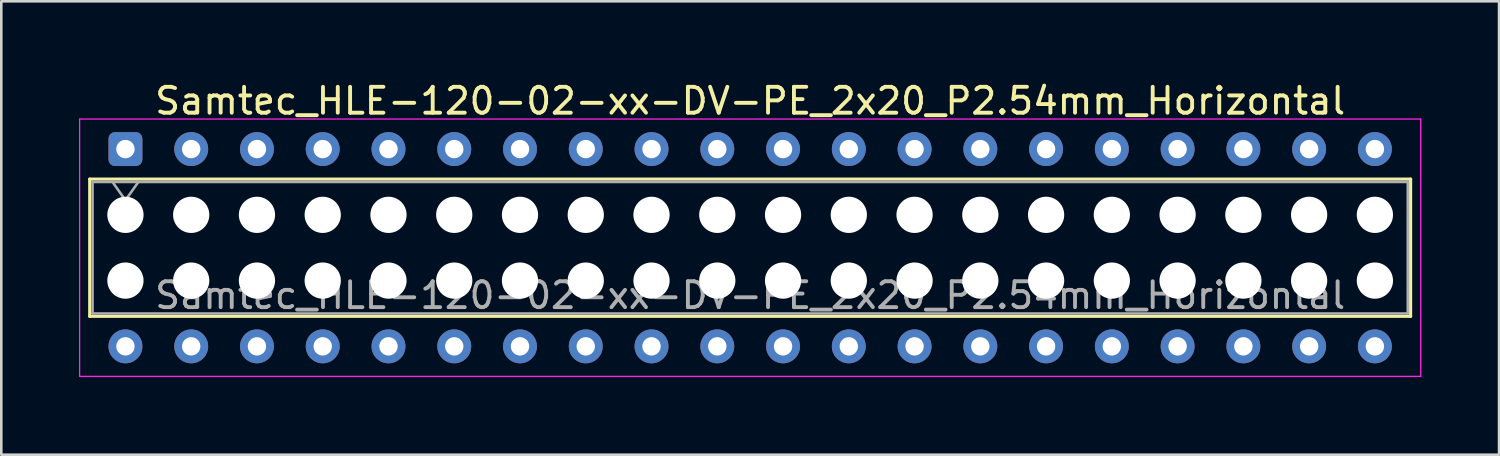
<source format=kicad_pcb>
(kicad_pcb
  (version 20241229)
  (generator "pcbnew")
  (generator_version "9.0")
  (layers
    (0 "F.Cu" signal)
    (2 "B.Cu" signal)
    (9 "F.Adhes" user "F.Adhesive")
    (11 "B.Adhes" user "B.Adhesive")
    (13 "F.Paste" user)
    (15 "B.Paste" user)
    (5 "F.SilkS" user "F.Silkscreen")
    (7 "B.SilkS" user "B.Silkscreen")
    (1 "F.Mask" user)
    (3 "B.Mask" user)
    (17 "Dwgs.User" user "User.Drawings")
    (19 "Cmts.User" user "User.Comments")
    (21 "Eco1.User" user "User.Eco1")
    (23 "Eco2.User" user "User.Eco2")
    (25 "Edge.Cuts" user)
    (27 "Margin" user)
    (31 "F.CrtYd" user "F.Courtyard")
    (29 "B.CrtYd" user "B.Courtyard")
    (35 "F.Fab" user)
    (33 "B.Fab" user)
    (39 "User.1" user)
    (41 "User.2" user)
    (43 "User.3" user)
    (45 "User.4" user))
  (footprint "Samtec_HLE-120-02-xx-DV-PE_2x20_P2.54mm_Horizontal"
    (layer "F.Cu")
    (at 1.795 2.708)
    (property "Reference" "Samtec_HLE-120-02-xx-DV-PE_2x20_P2.54mm_Horizontal" (at 24.13 -1.86 0) (layer "F.SilkS") (effects (font (size 1 1) (thickness 0.15))))
    (attr through_hole)
    (fp_line (start -1.38 1.16) (end 49.64 1.16) (stroke (width 0.12) (type solid)) (layer "F.SilkS"))
    (fp_line (start -1.38 6.46) (end -1.38 1.16) (stroke (width 0.12) (type solid)) (layer "F.SilkS"))
    (fp_line (start 49.64 1.16) (end 49.64 6.46) (stroke (width 0.12) (type solid)) (layer "F.SilkS"))
    (fp_line (start 49.64 6.46) (end -1.38 6.46) (stroke (width 0.12) (type solid)) (layer "F.SilkS"))
    (fp_line (start -1.77 -1.16) (end 50.03 -1.16) (stroke (width 0.05) (type solid)) (layer "F.CrtYd"))
    (fp_line (start -1.77 8.78) (end -1.77 -1.16) (stroke (width 0.05) (type solid)) (layer "F.CrtYd"))
    (fp_line (start 50.03 -1.16) (end 50.03 8.78) (stroke (width 0.05) (type solid)) (layer "F.CrtYd"))
    (fp_line (start 50.03 8.78) (end -1.77 8.78) (stroke (width 0.05) (type solid)) (layer "F.CrtYd"))
    (fp_line (start -1.27 1.27) (end 49.53 1.27) (stroke (width 0.1) (type solid)) (layer "F.Fab"))
    (fp_line (start -1.27 6.35) (end -1.27 1.27) (stroke (width 0.1) (type solid)) (layer "F.Fab"))
    (fp_line (start -0.5 1.27) (end 0 1.977) (stroke (width 0.1) (type solid)) (layer "F.Fab"))
    (fp_line (start 0 1.977) (end 0.5 1.27) (stroke (width 0.1) (type solid)) (layer "F.Fab"))
    (fp_line (start 49.53 1.27) (end 49.53 6.35) (stroke (width 0.1) (type solid)) (layer "F.Fab"))
    (fp_line (start 49.53 6.35) (end -1.27 6.35) (stroke (width 0.1) (type solid)) (layer "F.Fab"))
    (fp_text user "${REFERENCE}" (at 24.13 5.65 0) (layer "F.Fab") (effects (font (size 1 1) (thickness 0.15))))
    (pad "" np_thru_hole circle (at 0 2.54) (size 1.4 1.4) (drill 1.4) (layers "*.Cu" "*.Mask"))
    (pad "" np_thru_hole circle (at 0 5.08) (size 1.4 1.4) (drill 1.4) (layers "*.Cu" "*.Mask"))
    (pad "" np_thru_hole circle (at 2.54 2.54) (size 1.4 1.4) (drill 1.4) (layers "*.Cu" "*.Mask"))
    (pad "" np_thru_hole circle (at 2.54 5.08) (size 1.4 1.4) (drill 1.4) (layers "*.Cu" "*.Mask"))
    (pad "" np_thru_hole circle (at 5.08 2.54) (size 1.4 1.4) (drill 1.4) (layers "*.Cu" "*.Mask"))
    (pad "" np_thru_hole circle (at 5.08 5.08) (size 1.4 1.4) (drill 1.4) (layers "*.Cu" "*.Mask"))
    (pad "" np_thru_hole circle (at 7.62 2.54) (size 1.4 1.4) (drill 1.4) (layers "*.Cu" "*.Mask"))
    (pad "" np_thru_hole circle (at 7.62 5.08) (size 1.4 1.4) (drill 1.4) (layers "*.Cu" "*.Mask"))
    (pad "" np_thru_hole circle (at 10.16 2.54) (size 1.4 1.4) (drill 1.4) (layers "*.Cu" "*.Mask"))
    (pad "" np_thru_hole circle (at 10.16 5.08) (size 1.4 1.4) (drill 1.4) (layers "*.Cu" "*.Mask"))
    (pad "" np_thru_hole circle (at 12.7 2.54) (size 1.4 1.4) (drill 1.4) (layers "*.Cu" "*.Mask"))
    (pad "" np_thru_hole circle (at 12.7 5.08) (size 1.4 1.4) (drill 1.4) (layers "*.Cu" "*.Mask"))
    (pad "" np_thru_hole circle (at 15.24 2.54) (size 1.4 1.4) (drill 1.4) (layers "*.Cu" "*.Mask"))
    (pad "" np_thru_hole circle (at 15.24 5.08) (size 1.4 1.4) (drill 1.4) (layers "*.Cu" "*.Mask"))
    (pad "" np_thru_hole circle (at 17.78 2.54) (size 1.4 1.4) (drill 1.4) (layers "*.Cu" "*.Mask"))
    (pad "" np_thru_hole circle (at 17.78 5.08) (size 1.4 1.4) (drill 1.4) (layers "*.Cu" "*.Mask"))
    (pad "" np_thru_hole circle (at 20.32 2.54) (size 1.4 1.4) (drill 1.4) (layers "*.Cu" "*.Mask"))
    (pad "" np_thru_hole circle (at 20.32 5.08) (size 1.4 1.4) (drill 1.4) (layers "*.Cu" "*.Mask"))
    (pad "" np_thru_hole circle (at 22.86 2.54) (size 1.4 1.4) (drill 1.4) (layers "*.Cu" "*.Mask"))
    (pad "" np_thru_hole circle (at 22.86 5.08) (size 1.4 1.4) (drill 1.4) (layers "*.Cu" "*.Mask"))
    (pad "" np_thru_hole circle (at 25.4 2.54) (size 1.4 1.4) (drill 1.4) (layers "*.Cu" "*.Mask"))
    (pad "" np_thru_hole circle (at 25.4 5.08) (size 1.4 1.4) (drill 1.4) (layers "*.Cu" "*.Mask"))
    (pad "" np_thru_hole circle (at 27.94 2.54) (size 1.4 1.4) (drill 1.4) (layers "*.Cu" "*.Mask"))
    (pad "" np_thru_hole circle (at 27.94 5.08) (size 1.4 1.4) (drill 1.4) (layers "*.Cu" "*.Mask"))
    (pad "" np_thru_hole circle (at 30.48 2.54) (size 1.4 1.4) (drill 1.4) (layers "*.Cu" "*.Mask"))
    (pad "" np_thru_hole circle (at 30.48 5.08) (size 1.4 1.4) (drill 1.4) (layers "*.Cu" "*.Mask"))
    (pad "" np_thru_hole circle (at 33.02 2.54) (size 1.4 1.4) (drill 1.4) (layers "*.Cu" "*.Mask"))
    (pad "" np_thru_hole circle (at 33.02 5.08) (size 1.4 1.4) (drill 1.4) (layers "*.Cu" "*.Mask"))
    (pad "" np_thru_hole circle (at 35.56 2.54) (size 1.4 1.4) (drill 1.4) (layers "*.Cu" "*.Mask"))
    (pad "" np_thru_hole circle (at 35.56 5.08) (size 1.4 1.4) (drill 1.4) (layers "*.Cu" "*.Mask"))
    (pad "" np_thru_hole circle (at 38.1 2.54) (size 1.4 1.4) (drill 1.4) (layers "*.Cu" "*.Mask"))
    (pad "" np_thru_hole circle (at 38.1 5.08) (size 1.4 1.4) (drill 1.4) (layers "*.Cu" "*.Mask"))
    (pad "" np_thru_hole circle (at 40.64 2.54) (size 1.4 1.4) (drill 1.4) (layers "*.Cu" "*.Mask"))
    (pad "" np_thru_hole circle (at 40.64 5.08) (size 1.4 1.4) (drill 1.4) (layers "*.Cu" "*.Mask"))
    (pad "" np_thru_hole circle (at 43.18 2.54) (size 1.4 1.4) (drill 1.4) (layers "*.Cu" "*.Mask"))
    (pad "" np_thru_hole circle (at 43.18 5.08) (size 1.4 1.4) (drill 1.4) (layers "*.Cu" "*.Mask"))
    (pad "" np_thru_hole circle (at 45.72 2.54) (size 1.4 1.4) (drill 1.4) (layers "*.Cu" "*.Mask"))
    (pad "" np_thru_hole circle (at 45.72 5.08) (size 1.4 1.4) (drill 1.4) (layers "*.Cu" "*.Mask"))
    (pad "" np_thru_hole circle (at 48.26 2.54) (size 1.4 1.4) (drill 1.4) (layers "*.Cu" "*.Mask"))
    (pad "" np_thru_hole circle (at 48.26 5.08) (size 1.4 1.4) (drill 1.4) (layers "*.Cu" "*.Mask"))
    (pad "1" thru_hole roundrect (at 0 0) (size 1.31 1.31) (drill 0.71) (layers "*.Cu" "*.Mask") (roundrect_rratio 0.191))
    (pad "2" thru_hole circle (at 0 7.62) (size 1.31 1.31) (drill 0.71) (layers "*.Cu" "*.Mask"))
    (pad "3" thru_hole circle (at 2.54 0) (size 1.31 1.31) (drill 0.71) (layers "*.Cu" "*.Mask"))
    (pad "4" thru_hole circle (at 2.54 7.62) (size 1.31 1.31) (drill 0.71) (layers "*.Cu" "*.Mask"))
    (pad "5" thru_hole circle (at 5.08 0) (size 1.31 1.31) (drill 0.71) (layers "*.Cu" "*.Mask"))
    (pad "6" thru_hole circle (at 5.08 7.62) (size 1.31 1.31) (drill 0.71) (layers "*.Cu" "*.Mask"))
    (pad "7" thru_hole circle (at 7.62 0) (size 1.31 1.31) (drill 0.71) (layers "*.Cu" "*.Mask"))
    (pad "8" thru_hole circle (at 7.62 7.62) (size 1.31 1.31) (drill 0.71) (layers "*.Cu" "*.Mask"))
    (pad "9" thru_hole circle (at 10.16 0) (size 1.31 1.31) (drill 0.71) (layers "*.Cu" "*.Mask"))
    (pad "10" thru_hole circle (at 10.16 7.62) (size 1.31 1.31) (drill 0.71) (layers "*.Cu" "*.Mask"))
    (pad "11" thru_hole circle (at 12.7 0) (size 1.31 1.31) (drill 0.71) (layers "*.Cu" "*.Mask"))
    (pad "12" thru_hole circle (at 12.7 7.62) (size 1.31 1.31) (drill 0.71) (layers "*.Cu" "*.Mask"))
    (pad "13" thru_hole circle (at 15.24 0) (size 1.31 1.31) (drill 0.71) (layers "*.Cu" "*.Mask"))
    (pad "14" thru_hole circle (at 15.24 7.62) (size 1.31 1.31) (drill 0.71) (layers "*.Cu" "*.Mask"))
    (pad "15" thru_hole circle (at 17.78 0) (size 1.31 1.31) (drill 0.71) (layers "*.Cu" "*.Mask"))
    (pad "16" thru_hole circle (at 17.78 7.62) (size 1.31 1.31) (drill 0.71) (layers "*.Cu" "*.Mask"))
    (pad "17" thru_hole circle (at 20.32 0) (size 1.31 1.31) (drill 0.71) (layers "*.Cu" "*.Mask"))
    (pad "18" thru_hole circle (at 20.32 7.62) (size 1.31 1.31) (drill 0.71) (layers "*.Cu" "*.Mask"))
    (pad "19" thru_hole circle (at 22.86 0) (size 1.31 1.31) (drill 0.71) (layers "*.Cu" "*.Mask"))
    (pad "20" thru_hole circle (at 22.86 7.62) (size 1.31 1.31) (drill 0.71) (layers "*.Cu" "*.Mask"))
    (pad "21" thru_hole circle (at 25.4 0) (size 1.31 1.31) (drill 0.71) (layers "*.Cu" "*.Mask"))
    (pad "22" thru_hole circle (at 25.4 7.62) (size 1.31 1.31) (drill 0.71) (layers "*.Cu" "*.Mask"))
    (pad "23" thru_hole circle (at 27.94 0) (size 1.31 1.31) (drill 0.71) (layers "*.Cu" "*.Mask"))
    (pad "24" thru_hole circle (at 27.94 7.62) (size 1.31 1.31) (drill 0.71) (layers "*.Cu" "*.Mask"))
    (pad "25" thru_hole circle (at 30.48 0) (size 1.31 1.31) (drill 0.71) (layers "*.Cu" "*.Mask"))
    (pad "26" thru_hole circle (at 30.48 7.62) (size 1.31 1.31) (drill 0.71) (layers "*.Cu" "*.Mask"))
    (pad "27" thru_hole circle (at 33.02 0) (size 1.31 1.31) (drill 0.71) (layers "*.Cu" "*.Mask"))
    (pad "28" thru_hole circle (at 33.02 7.62) (size 1.31 1.31) (drill 0.71) (layers "*.Cu" "*.Mask"))
    (pad "29" thru_hole circle (at 35.56 0) (size 1.31 1.31) (drill 0.71) (layers "*.Cu" "*.Mask"))
    (pad "30" thru_hole circle (at 35.56 7.62) (size 1.31 1.31) (drill 0.71) (layers "*.Cu" "*.Mask"))
    (pad "31" thru_hole circle (at 38.1 0) (size 1.31 1.31) (drill 0.71) (layers "*.Cu" "*.Mask"))
    (pad "32" thru_hole circle (at 38.1 7.62) (size 1.31 1.31) (drill 0.71) (layers "*.Cu" "*.Mask"))
    (pad "33" thru_hole circle (at 40.64 0) (size 1.31 1.31) (drill 0.71) (layers "*.Cu" "*.Mask"))
    (pad "34" thru_hole circle (at 40.64 7.62) (size 1.31 1.31) (drill 0.71) (layers "*.Cu" "*.Mask"))
    (pad "35" thru_hole circle (at 43.18 0) (size 1.31 1.31) (drill 0.71) (layers "*.Cu" "*.Mask"))
    (pad "36" thru_hole circle (at 43.18 7.62) (size 1.31 1.31) (drill 0.71) (layers "*.Cu" "*.Mask"))
    (pad "37" thru_hole circle (at 45.72 0) (size 1.31 1.31) (drill 0.71) (layers "*.Cu" "*.Mask"))
    (pad "38" thru_hole circle (at 45.72 7.62) (size 1.31 1.31) (drill 0.71) (layers "*.Cu" "*.Mask"))
    (pad "39" thru_hole circle (at 48.26 0) (size 1.31 1.31) (drill 0.71) (layers "*.Cu" "*.Mask"))
    (pad "40" thru_hole circle (at 48.26 7.62) (size 1.31 1.31) (drill 0.71) (layers "*.Cu" "*.Mask")))
  (gr_rect
    (start -3 -3)
    (end 54.85 14.513)
    (stroke (width 0.1) (type default))
    (fill no)
    (layer "Edge.Cuts")))
</source>
